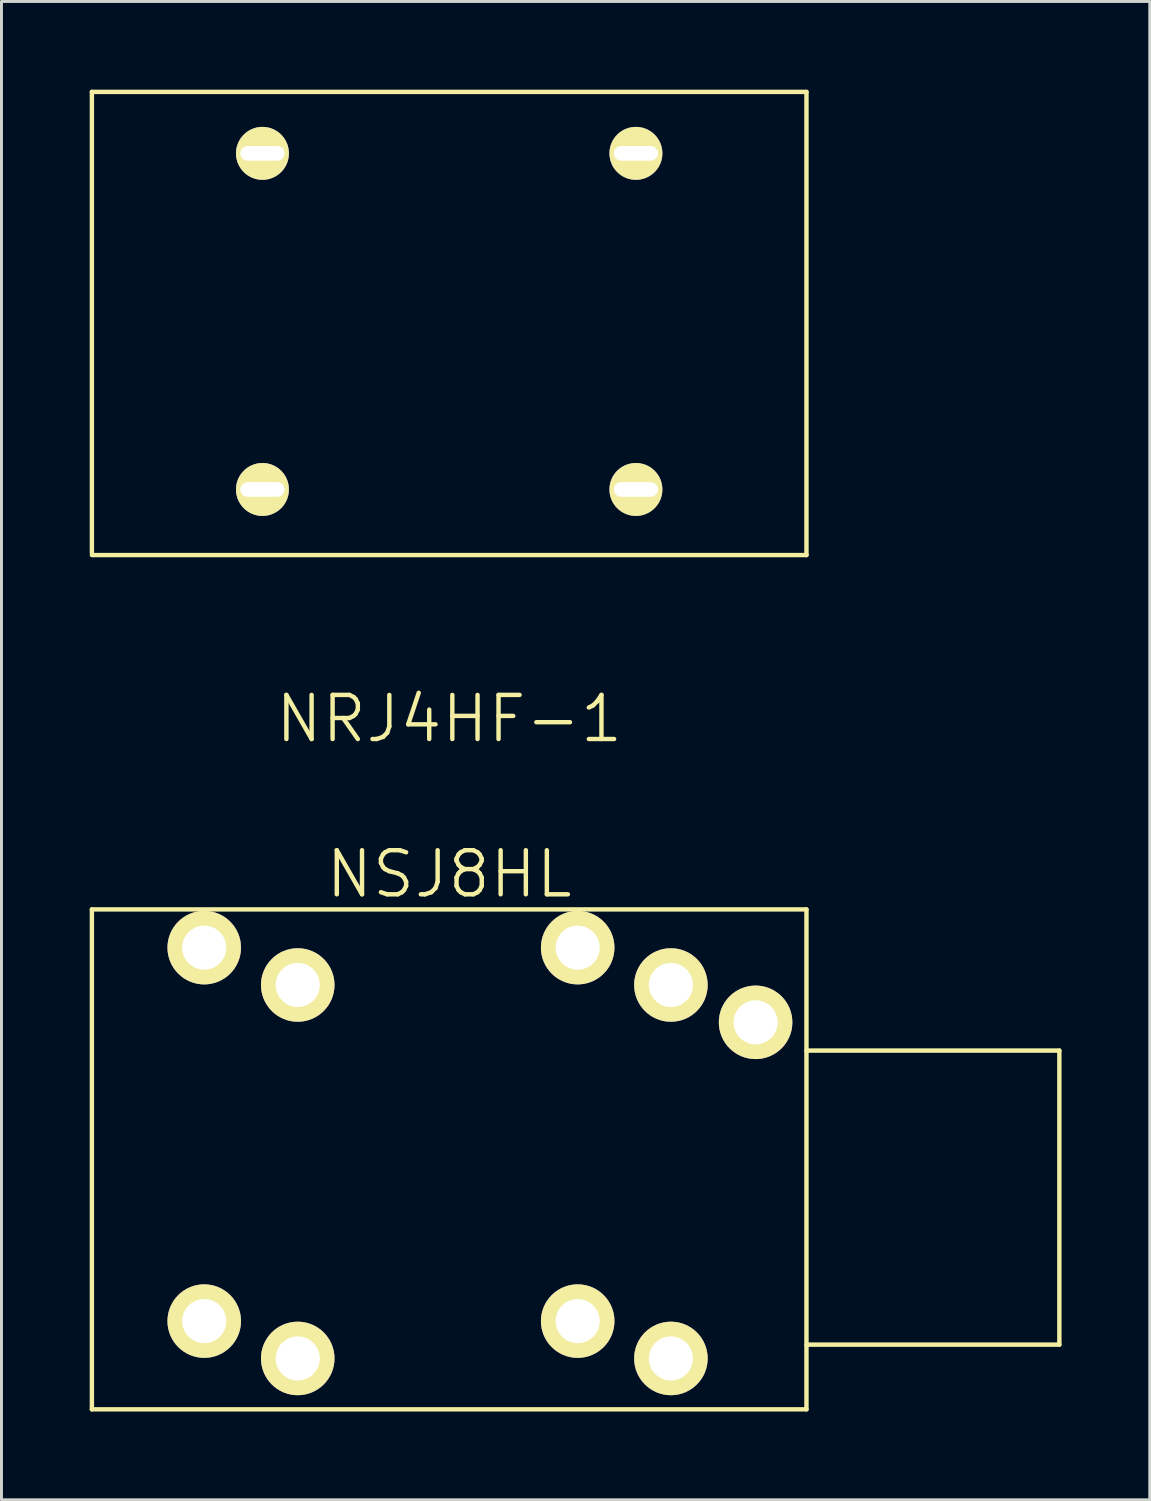
<source format=kicad_pcb>
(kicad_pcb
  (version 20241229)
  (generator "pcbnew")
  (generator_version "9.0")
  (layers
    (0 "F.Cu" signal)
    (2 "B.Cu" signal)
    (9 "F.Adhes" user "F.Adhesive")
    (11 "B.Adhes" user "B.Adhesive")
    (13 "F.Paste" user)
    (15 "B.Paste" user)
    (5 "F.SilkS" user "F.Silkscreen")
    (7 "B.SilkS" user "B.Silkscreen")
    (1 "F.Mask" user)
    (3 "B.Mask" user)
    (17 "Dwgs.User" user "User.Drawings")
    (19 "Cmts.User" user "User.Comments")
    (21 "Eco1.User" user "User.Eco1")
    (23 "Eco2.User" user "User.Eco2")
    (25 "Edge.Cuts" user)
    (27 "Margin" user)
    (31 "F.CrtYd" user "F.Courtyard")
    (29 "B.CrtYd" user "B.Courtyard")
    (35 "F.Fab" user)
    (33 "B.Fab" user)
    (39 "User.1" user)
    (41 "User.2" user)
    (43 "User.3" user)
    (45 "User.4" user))
  (footprint "NRJ4HF-1"
    (layer "F.Cu")
    (at 12.225 9.395)
    (property "Reference" "NRJ4HF-1" (at 0 12 0) (layer "F.SilkS") (effects (font (size 1.5 1.5) (thickness 0.15))))
    (attr through_hole)
    (fp_line (start -12.15 -9.32) (end -12.15 6.35) (stroke (width 0.15) (type solid)) (layer "F.SilkS"))
    (fp_line (start -12.15 -9.32) (end 12.15 -9.32) (stroke (width 0.15) (type solid)) (layer "F.SilkS"))
    (fp_line (start -12.15 6.43) (end 12.15 6.43) (stroke (width 0.15) (type solid)) (layer "F.SilkS"))
    (fp_line (start 12.15 6.43) (end 12.15 -9.32) (stroke (width 0.15) (type solid)) (layer "F.SilkS"))
    (pad "1" thru_hole circle (at -6.35 4.2) (size 1.8 1.8) (drill oval 1.5 0.5) (layers "*.Cu" "*.Mask" "F.SilkS"))
    (pad "2" thru_hole circle (at -6.35 -7.23) (size 1.8 1.8) (drill oval 1.5 0.5) (layers "*.Cu" "*.Mask" "F.SilkS"))
    (pad "3" thru_hole circle (at 6.35 4.2) (size 1.8 1.8) (drill oval 1.5 0.5) (layers "*.Cu" "*.Mask" "F.SilkS"))
    (pad "4" thru_hole circle (at 6.35 -7.23) (size 1.8 1.8) (drill oval 1.5 0.5) (layers "*.Cu" "*.Mask" "F.SilkS")))
  (footprint "NSJ8HL"
    (layer "F.Cu")
    (at 12.225 37.676)
    (property "Reference" "NSJ8HL" (at 0 -11 0) (layer "F.SilkS") (effects (font (size 1.5 1.5) (thickness 0.15))))
    (attr through_hole)
    (fp_line (start -12.15 -9.8) (end -12.15 7.2) (stroke (width 0.15) (type solid)) (layer "F.SilkS"))
    (fp_line (start -12.15 -9.8) (end 12.15 -9.8) (stroke (width 0.15) (type solid)) (layer "F.SilkS"))
    (fp_line (start -12.15 7.2) (end 12.15 7.2) (stroke (width 0.15) (type solid)) (layer "F.SilkS"))
    (fp_line (start 12.15 -9.8) (end 12.15 7.2) (stroke (width 0.15) (type solid)) (layer "F.SilkS"))
    (fp_line (start 12.15 -5) (end 20.75 -5) (stroke (width 0.15) (type solid)) (layer "F.SilkS"))
    (fp_line (start 12.15 5) (end 20.75 5) (stroke (width 0.15) (type solid)) (layer "F.SilkS"))
    (fp_line (start 20.75 -5) (end 20.75 5) (stroke (width 0.15) (type solid)) (layer "F.SilkS"))
    (pad "1" thru_hole circle (at 7.54 -7.23) (size 2.5 2.5) (drill 1.5) (layers "*.Cu" "*.Mask" "F.SilkS"))
    (pad "2" thru_hole circle (at 4.37 -8.5) (size 2.5 2.5) (drill 1.5) (layers "*.Cu" "*.Mask" "F.SilkS"))
    (pad "3" thru_hole circle (at -5.15 -7.23) (size 2.5 2.5) (drill 1.5) (layers "*.Cu" "*.Mask" "F.SilkS"))
    (pad "4" thru_hole circle (at -8.33 -8.5) (size 2.5 2.5) (drill 1.5) (layers "*.Cu" "*.Mask" "F.SilkS"))
    (pad "5" thru_hole circle (at -8.33 4.2) (size 2.5 2.5) (drill 1.5) (layers "*.Cu" "*.Mask" "F.SilkS"))
    (pad "6" thru_hole circle (at -5.15 5.47) (size 2.5 2.5) (drill 1.5) (layers "*.Cu" "*.Mask" "F.SilkS"))
    (pad "7" thru_hole circle (at 4.37 4.2) (size 2.5 2.5) (drill 1.5) (layers "*.Cu" "*.Mask" "F.SilkS"))
    (pad "8" thru_hole circle (at 7.54 5.47) (size 2.5 2.5) (drill 1.5) (layers "*.Cu" "*.Mask" "F.SilkS"))
    (pad "9" thru_hole circle (at 10.42 -5.96) (size 2.5 2.5) (drill 1.5) (layers "*.Cu" "*.Mask" "F.SilkS")))
  (gr_rect
    (start -3 -3)
    (end 36.05 47.952)
    (stroke (width 0.1) (type default))
    (fill no)
    (layer "Edge.Cuts")))
</source>
